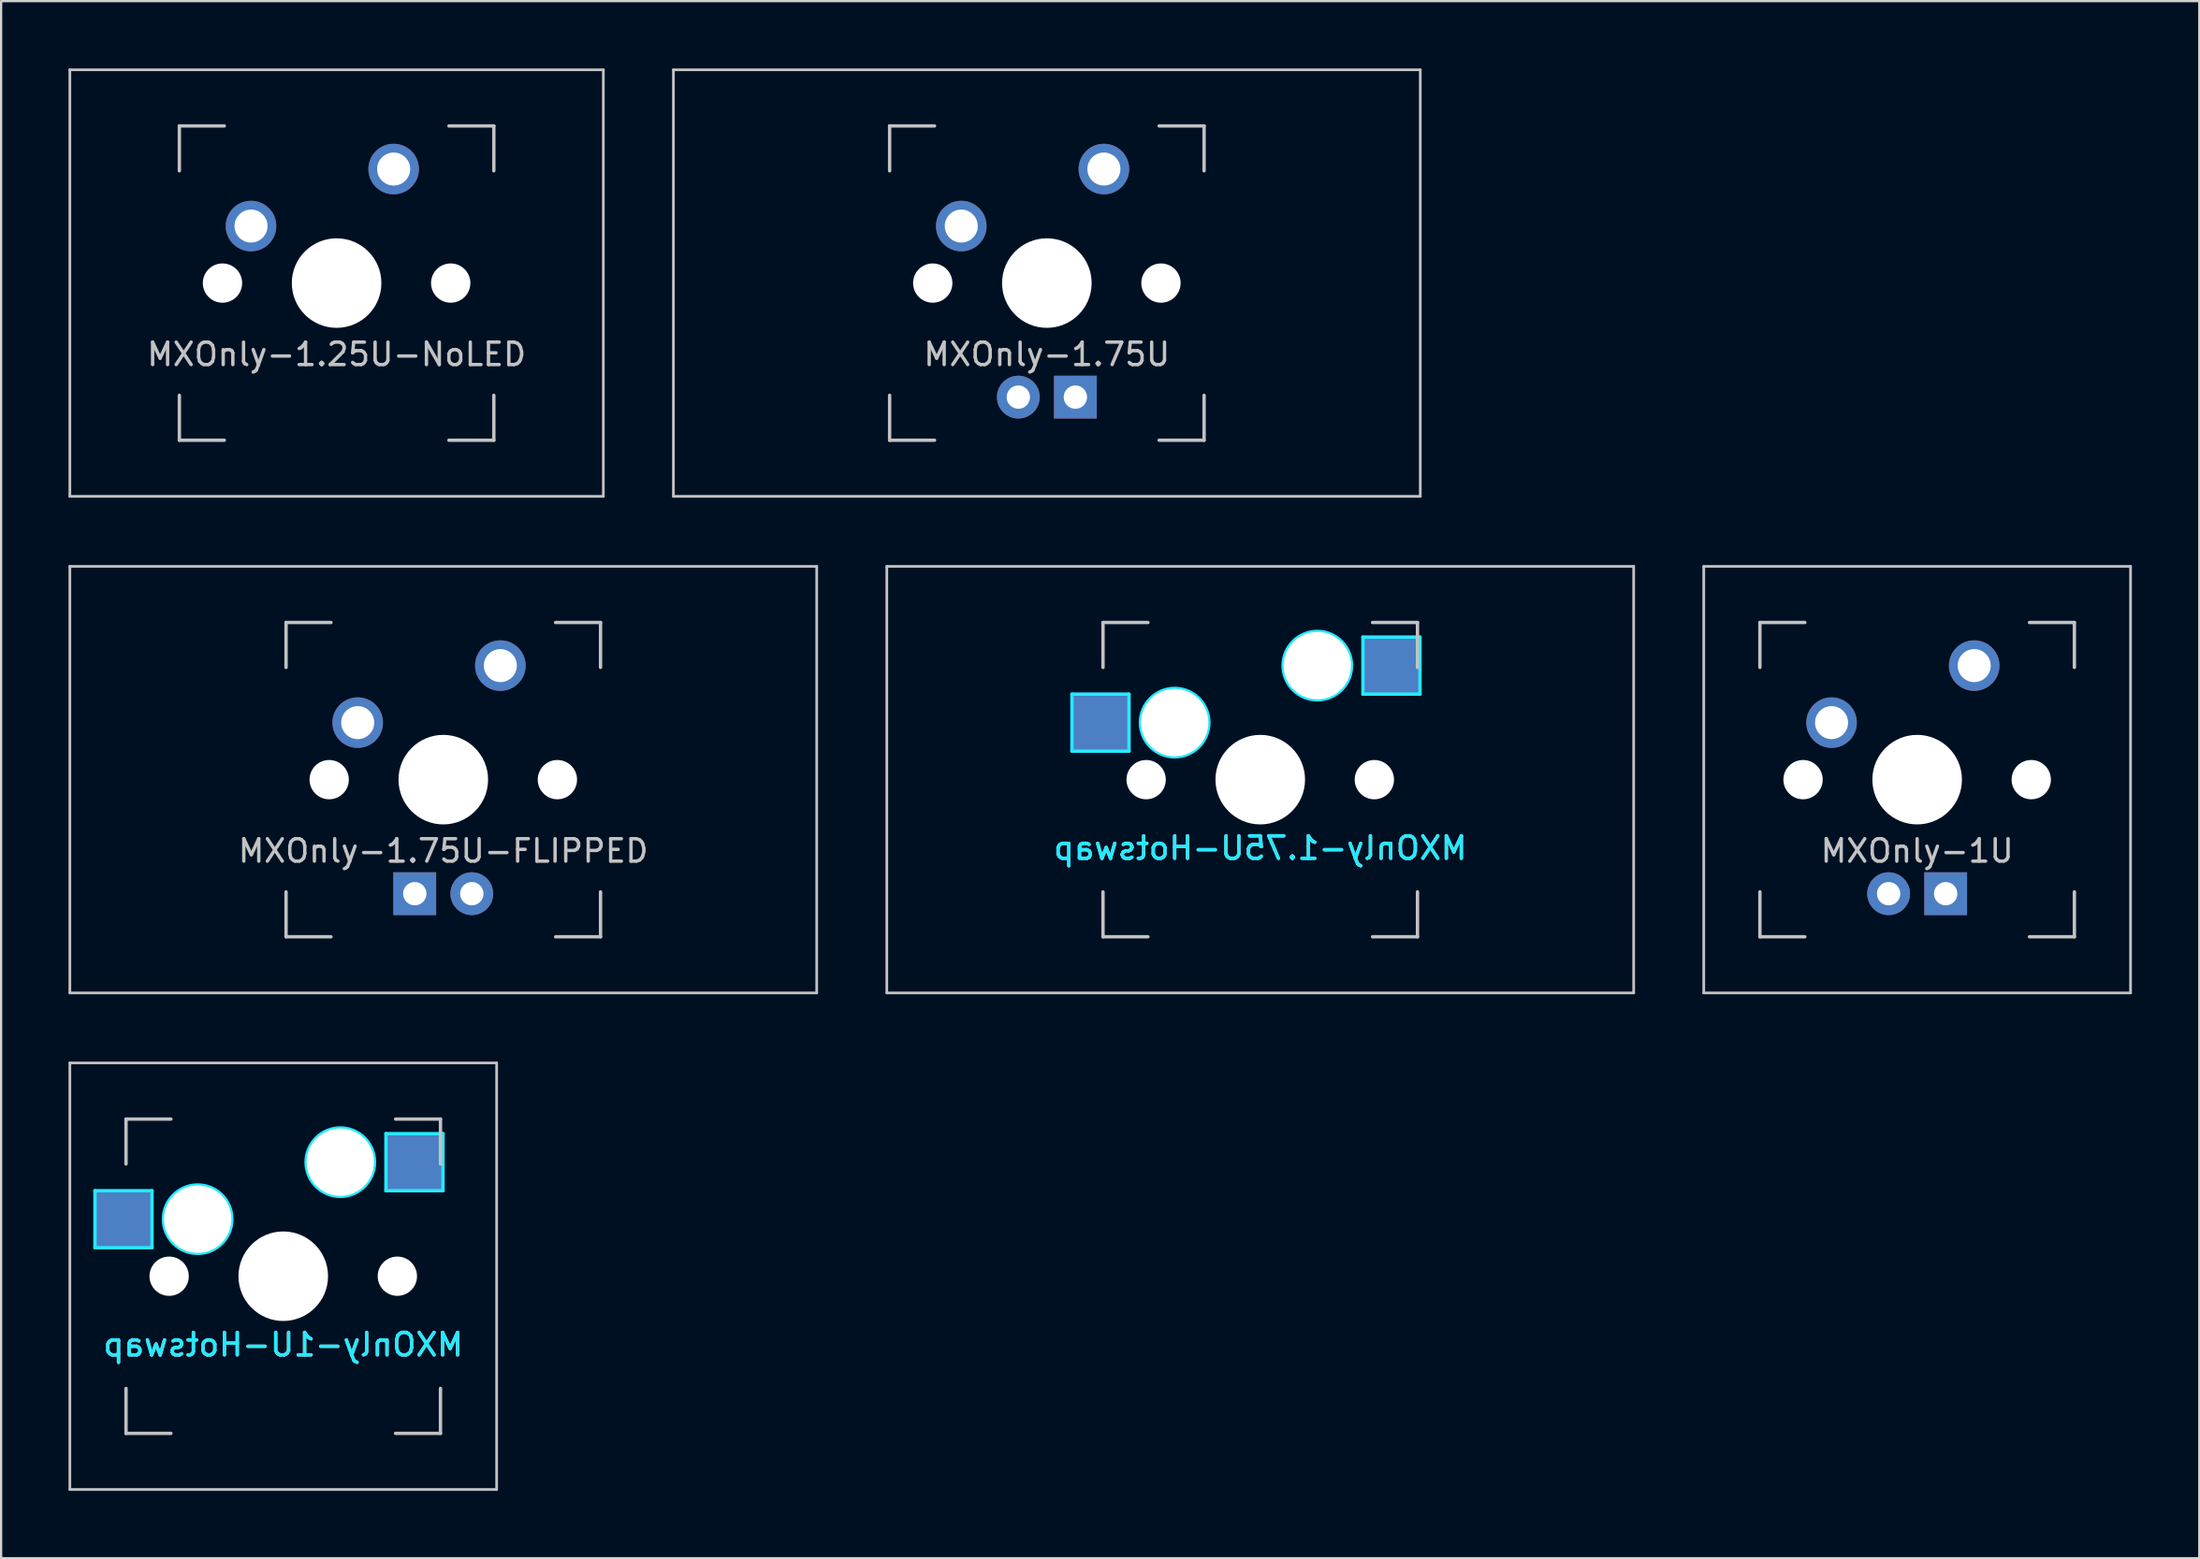
<source format=kicad_pcb>
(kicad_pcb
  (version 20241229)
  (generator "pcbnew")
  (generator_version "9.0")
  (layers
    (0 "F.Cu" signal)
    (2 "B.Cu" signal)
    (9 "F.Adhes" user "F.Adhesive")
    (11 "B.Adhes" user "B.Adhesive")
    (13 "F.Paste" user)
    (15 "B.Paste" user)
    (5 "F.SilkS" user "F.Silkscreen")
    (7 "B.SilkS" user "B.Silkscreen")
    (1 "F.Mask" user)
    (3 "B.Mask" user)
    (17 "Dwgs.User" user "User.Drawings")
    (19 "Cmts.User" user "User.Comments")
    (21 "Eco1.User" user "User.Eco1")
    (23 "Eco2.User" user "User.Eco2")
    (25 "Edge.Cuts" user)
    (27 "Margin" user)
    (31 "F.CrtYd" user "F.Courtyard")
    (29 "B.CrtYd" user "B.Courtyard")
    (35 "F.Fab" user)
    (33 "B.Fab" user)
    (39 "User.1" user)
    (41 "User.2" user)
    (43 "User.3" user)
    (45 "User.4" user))
  (footprint "MXOnly-1.75U-FLIPPED"
    (layer "F.Cu")
    (at 16.685 31.68)
    (property "Reference" "MXOnly-1.75U-FLIPPED" (at 0 3.175 0) (layer "Dwgs.User") (effects (font (size 1 1) (thickness 0.15))))
    (attr through_hole)
    (fp_line (start -16.625 -9.5) (end -16.625 9.5) (stroke (width 0.12) (type solid)) (layer "Dwgs.User"))
    (fp_line (start -16.625 9.5) (end 16.625 9.5) (stroke (width 0.12) (type solid)) (layer "Dwgs.User"))
    (fp_line (start -7 -7) (end -7 -5) (stroke (width 0.15) (type solid)) (layer "Dwgs.User"))
    (fp_line (start -7 5) (end -7 7) (stroke (width 0.15) (type solid)) (layer "Dwgs.User"))
    (fp_line (start -7 7) (end -5 7) (stroke (width 0.15) (type solid)) (layer "Dwgs.User"))
    (fp_line (start -5 -7) (end -7 -7) (stroke (width 0.15) (type solid)) (layer "Dwgs.User"))
    (fp_line (start 5 -7) (end 7 -7) (stroke (width 0.15) (type solid)) (layer "Dwgs.User"))
    (fp_line (start 5 7) (end 7 7) (stroke (width 0.15) (type solid)) (layer "Dwgs.User"))
    (fp_line (start 7 -7) (end 7 -5) (stroke (width 0.15) (type solid)) (layer "Dwgs.User"))
    (fp_line (start 7 7) (end 7 5) (stroke (width 0.15) (type solid)) (layer "Dwgs.User"))
    (fp_line (start 16.625 -9.5) (end -16.625 -9.5) (stroke (width 0.12) (type solid)) (layer "Dwgs.User"))
    (fp_line (start 16.625 9.5) (end 16.625 -9.5) (stroke (width 0.12) (type solid)) (layer "Dwgs.User"))
    (pad "" np_thru_hole circle (at -5.08 0 48.1) (size 1.75 1.75) (drill 1.75) (layers "*.Cu" "*.Mask"))
    (pad "" np_thru_hole circle (at 0 0) (size 3.988 3.988) (drill 3.988) (layers "*.Cu" "*.Mask"))
    (pad "" np_thru_hole circle (at 5.08 0 48.1) (size 1.75 1.75) (drill 1.75) (layers "*.Cu" "*.Mask"))
    (pad "1" thru_hole circle (at -3.81 -2.54) (size 2.25 2.25) (drill 1.47) (layers "*.Cu" "B.Mask"))
    (pad "2" thru_hole circle (at 2.54 -5.08) (size 2.25 2.25) (drill 1.47) (layers "*.Cu" "B.Mask"))
    (pad "3" thru_hole circle (at 1.27 5.08) (size 1.905 1.905) (drill 1.04) (layers "*.Cu" "B.Mask"))
    (pad "4" thru_hole rect (at -1.27 5.08) (size 1.905 1.905) (drill 1.04) (layers "*.Cu" "B.Mask")))
  (footprint "MXOnly-1U-Hotswap"
    (layer "F.Cu")
    (at 9.56 53.8)
    (property "Reference" "MXOnly-1U-Hotswap" (at 0 3.048 0) (layer "B.CrtYd") (effects (font (size 1 1) (thickness 0.15)) (justify mirror)))
    (attr smd)
    (fp_line (start -9.5 -9.5) (end -9.5 9.5) (stroke (width 0.12) (type solid)) (layer "Dwgs.User"))
    (fp_line (start -9.5 9.5) (end 9.5 9.5) (stroke (width 0.12) (type solid)) (layer "Dwgs.User"))
    (fp_line (start -7 -7) (end -7 -5) (stroke (width 0.15) (type solid)) (layer "Dwgs.User"))
    (fp_line (start -7 5) (end -7 7) (stroke (width 0.15) (type solid)) (layer "Dwgs.User"))
    (fp_line (start -7 7) (end -5 7) (stroke (width 0.15) (type solid)) (layer "Dwgs.User"))
    (fp_line (start -5 -7) (end -7 -7) (stroke (width 0.15) (type solid)) (layer "Dwgs.User"))
    (fp_line (start 5 -7) (end 7 -7) (stroke (width 0.15) (type solid)) (layer "Dwgs.User"))
    (fp_line (start 5 7) (end 7 7) (stroke (width 0.15) (type solid)) (layer "Dwgs.User"))
    (fp_line (start 7 -7) (end 7 -5) (stroke (width 0.15) (type solid)) (layer "Dwgs.User"))
    (fp_line (start 7 7) (end 7 5) (stroke (width 0.15) (type solid)) (layer "Dwgs.User"))
    (fp_line (start 9.5 -9.5) (end -9.5 -9.5) (stroke (width 0.12) (type solid)) (layer "Dwgs.User"))
    (fp_line (start 9.5 9.5) (end 9.5 -9.5) (stroke (width 0.12) (type solid)) (layer "Dwgs.User"))
    (fp_line (start -8.382 -3.81) (end -8.382 -1.27) (stroke (width 0.15) (type solid)) (layer "B.CrtYd"))
    (fp_line (start -8.382 -1.27) (end -5.842 -1.27) (stroke (width 0.15) (type solid)) (layer "B.CrtYd"))
    (fp_line (start -5.842 -3.81) (end -8.382 -3.81) (stroke (width 0.15) (type solid)) (layer "B.CrtYd"))
    (fp_line (start -5.842 -1.27) (end -5.842 -3.81) (stroke (width 0.15) (type solid)) (layer "B.CrtYd"))
    (fp_line (start 4.572 -6.35) (end 7.112 -6.35) (stroke (width 0.15) (type solid)) (layer "B.CrtYd"))
    (fp_line (start 4.572 -3.81) (end 4.572 -6.35) (stroke (width 0.15) (type solid)) (layer "B.CrtYd"))
    (fp_line (start 7.112 -6.35) (end 7.112 -3.81) (stroke (width 0.15) (type solid)) (layer "B.CrtYd"))
    (fp_line (start 7.112 -3.81) (end 4.572 -3.81) (stroke (width 0.15) (type solid)) (layer "B.CrtYd"))
    (fp_circle (center -3.81 -2.54) (end -3.81 -4.064) (stroke (width 0.15) (type solid)) (fill no) (layer "B.CrtYd"))
    (fp_circle (center 2.54 -5.08) (end 2.54 -6.604) (stroke (width 0.15) (type solid)) (fill no) (layer "B.CrtYd"))
    (fp_text user "${REFERENCE}" (at 0 3.048 0) (layer "B.SilkS") (effects (font (size 1 1) (thickness 0.15)) (justify mirror)))
    (pad "" np_thru_hole circle (at -5.08 0 48.1) (size 1.75 1.75) (drill 1.75) (layers "*.Cu" "*.Mask"))
    (pad "" np_thru_hole circle (at -3.81 -2.54) (size 3 3) (drill 3) (layers "*.Cu" "*.Mask"))
    (pad "" np_thru_hole circle (at 0 0) (size 3.988 3.988) (drill 3.988) (layers "*.Cu" "*.Mask"))
    (pad "" np_thru_hole circle (at 2.54 -5.08) (size 3 3) (drill 3) (layers "*.Cu" "*.Mask"))
    (pad "" np_thru_hole circle (at 5.08 0 48.1) (size 1.75 1.75) (drill 1.75) (layers "*.Cu" "*.Mask"))
    (pad "1" smd rect (at -7.085 -2.54) (size 2.55 2.5) (layers "B.Cu" "B.Mask" "B.Paste"))
    (pad "2" smd rect (at 5.842 -5.08) (size 2.55 2.5) (layers "B.Cu" "B.Mask" "B.Paste")))
  (footprint "MXOnly-1.25U-NoLED"
    (layer "F.Cu")
    (at 11.935 9.56)
    (property "Reference" "MXOnly-1.25U-NoLED" (at 0 3.175 0) (layer "Dwgs.User") (effects (font (size 1 1) (thickness 0.15))))
    (attr through_hole)
    (fp_line (start -11.875 -9.5) (end -11.875 9.5) (stroke (width 0.12) (type solid)) (layer "Dwgs.User"))
    (fp_line (start -11.875 9.5) (end 11.875 9.5) (stroke (width 0.12) (type solid)) (layer "Dwgs.User"))
    (fp_line (start -7 -7) (end -7 -5) (stroke (width 0.15) (type solid)) (layer "Dwgs.User"))
    (fp_line (start -7 5) (end -7 7) (stroke (width 0.15) (type solid)) (layer "Dwgs.User"))
    (fp_line (start -7 7) (end -5 7) (stroke (width 0.15) (type solid)) (layer "Dwgs.User"))
    (fp_line (start -5 -7) (end -7 -7) (stroke (width 0.15) (type solid)) (layer "Dwgs.User"))
    (fp_line (start 5 -7) (end 7 -7) (stroke (width 0.15) (type solid)) (layer "Dwgs.User"))
    (fp_line (start 5 7) (end 7 7) (stroke (width 0.15) (type solid)) (layer "Dwgs.User"))
    (fp_line (start 7 -7) (end 7 -5) (stroke (width 0.15) (type solid)) (layer "Dwgs.User"))
    (fp_line (start 7 7) (end 7 5) (stroke (width 0.15) (type solid)) (layer "Dwgs.User"))
    (fp_line (start 11.875 -9.5) (end -11.875 -9.5) (stroke (width 0.12) (type solid)) (layer "Dwgs.User"))
    (fp_line (start 11.875 9.5) (end 11.875 -9.5) (stroke (width 0.12) (type solid)) (layer "Dwgs.User"))
    (pad "" np_thru_hole circle (at -5.08 0 48.1) (size 1.75 1.75) (drill 1.75) (layers "*.Cu" "*.Mask"))
    (pad "" np_thru_hole circle (at 0 0) (size 3.988 3.988) (drill 3.988) (layers "*.Cu" "*.Mask"))
    (pad "" np_thru_hole circle (at 5.08 0 48.1) (size 1.75 1.75) (drill 1.75) (layers "*.Cu" "*.Mask"))
    (pad "1" thru_hole circle (at -3.81 -2.54) (size 2.25 2.25) (drill 1.47) (layers "*.Cu" "B.Mask"))
    (pad "2" thru_hole circle (at 2.54 -5.08) (size 2.25 2.25) (drill 1.47) (layers "*.Cu" "B.Mask")))
  (footprint "MXOnly-1.75U-Hotswap"
    (layer "F.Cu")
    (at 53.055 31.68)
    (property "Reference" "MXOnly-1.75U-Hotswap" (at 0 3.048 0) (layer "B.CrtYd") (effects (font (size 1 1) (thickness 0.15)) (justify mirror)))
    (attr smd)
    (fp_line (start -16.625 -9.5) (end -16.625 9.5) (stroke (width 0.12) (type solid)) (layer "Dwgs.User"))
    (fp_line (start -16.625 9.5) (end 16.625 9.5) (stroke (width 0.12) (type solid)) (layer "Dwgs.User"))
    (fp_line (start -7 -7) (end -7 -5) (stroke (width 0.15) (type solid)) (layer "Dwgs.User"))
    (fp_line (start -7 5) (end -7 7) (stroke (width 0.15) (type solid)) (layer "Dwgs.User"))
    (fp_line (start -7 7) (end -5 7) (stroke (width 0.15) (type solid)) (layer "Dwgs.User"))
    (fp_line (start -5 -7) (end -7 -7) (stroke (width 0.15) (type solid)) (layer "Dwgs.User"))
    (fp_line (start 5 -7) (end 7 -7) (stroke (width 0.15) (type solid)) (layer "Dwgs.User"))
    (fp_line (start 5 7) (end 7 7) (stroke (width 0.15) (type solid)) (layer "Dwgs.User"))
    (fp_line (start 7 -7) (end 7 -5) (stroke (width 0.15) (type solid)) (layer "Dwgs.User"))
    (fp_line (start 7 7) (end 7 5) (stroke (width 0.15) (type solid)) (layer "Dwgs.User"))
    (fp_line (start 16.625 -9.5) (end -16.625 -9.5) (stroke (width 0.12) (type solid)) (layer "Dwgs.User"))
    (fp_line (start 16.625 9.5) (end 16.625 -9.5) (stroke (width 0.12) (type solid)) (layer "Dwgs.User"))
    (fp_line (start -8.382 -3.81) (end -5.842 -3.81) (stroke (width 0.15) (type solid)) (layer "B.CrtYd"))
    (fp_line (start -8.382 -1.27) (end -8.382 -3.81) (stroke (width 0.15) (type solid)) (layer "B.CrtYd"))
    (fp_line (start -5.842 -3.81) (end -5.842 -1.27) (stroke (width 0.15) (type solid)) (layer "B.CrtYd"))
    (fp_line (start -5.842 -1.27) (end -8.382 -1.27) (stroke (width 0.15) (type solid)) (layer "B.CrtYd"))
    (fp_line (start 4.572 -6.35) (end 7.112 -6.35) (stroke (width 0.15) (type solid)) (layer "B.CrtYd"))
    (fp_line (start 4.572 -3.81) (end 4.572 -6.35) (stroke (width 0.15) (type solid)) (layer "B.CrtYd"))
    (fp_line (start 7.112 -6.35) (end 7.112 -3.81) (stroke (width 0.15) (type solid)) (layer "B.CrtYd"))
    (fp_line (start 7.112 -3.81) (end 4.572 -3.81) (stroke (width 0.15) (type solid)) (layer "B.CrtYd"))
    (fp_circle (center -3.81 -2.54) (end -3.81 -4.064) (stroke (width 0.15) (type solid)) (fill no) (layer "B.CrtYd"))
    (fp_circle (center 2.54 -5.08) (end 2.54 -6.604) (stroke (width 0.15) (type solid)) (fill no) (layer "B.CrtYd"))
    (fp_text user "${REFERENCE}" (at 0 3.048 0) (layer "B.SilkS") (effects (font (size 1 1) (thickness 0.15)) (justify mirror)))
    (pad "" np_thru_hole circle (at -5.08 0 48.1) (size 1.75 1.75) (drill 1.75) (layers "*.Cu" "*.Mask"))
    (pad "" np_thru_hole circle (at -3.81 -2.54) (size 3 3) (drill 3) (layers "*.Cu" "*.Mask"))
    (pad "" np_thru_hole circle (at 0 0) (size 3.988 3.988) (drill 3.988) (layers "*.Cu" "*.Mask"))
    (pad "" np_thru_hole circle (at 2.54 -5.08) (size 3 3) (drill 3) (layers "*.Cu" "*.Mask"))
    (pad "" np_thru_hole circle (at 5.08 0 48.1) (size 1.75 1.75) (drill 1.75) (layers "*.Cu" "*.Mask"))
    (pad "1" smd rect (at -7.085 -2.54) (size 2.55 2.5) (layers "B.Cu" "B.Mask" "B.Paste"))
    (pad "2" smd rect (at 5.842 -5.08) (size 2.55 2.5) (layers "B.Cu" "B.Mask" "B.Paste")))
  (footprint "MXOnly-1.75U"
    (layer "F.Cu")
    (at 43.555 9.56)
    (property "Reference" "MXOnly-1.75U" (at 0 3.175 0) (layer "Dwgs.User") (effects (font (size 1 1) (thickness 0.15))))
    (attr through_hole)
    (fp_line (start -16.625 -9.5) (end -16.625 9.5) (stroke (width 0.12) (type solid)) (layer "Dwgs.User"))
    (fp_line (start -16.625 9.5) (end 16.625 9.5) (stroke (width 0.12) (type solid)) (layer "Dwgs.User"))
    (fp_line (start -7 -7) (end -7 -5) (stroke (width 0.15) (type solid)) (layer "Dwgs.User"))
    (fp_line (start -7 5) (end -7 7) (stroke (width 0.15) (type solid)) (layer "Dwgs.User"))
    (fp_line (start -7 7) (end -5 7) (stroke (width 0.15) (type solid)) (layer "Dwgs.User"))
    (fp_line (start -5 -7) (end -7 -7) (stroke (width 0.15) (type solid)) (layer "Dwgs.User"))
    (fp_line (start 5 -7) (end 7 -7) (stroke (width 0.15) (type solid)) (layer "Dwgs.User"))
    (fp_line (start 5 7) (end 7 7) (stroke (width 0.15) (type solid)) (layer "Dwgs.User"))
    (fp_line (start 7 -7) (end 7 -5) (stroke (width 0.15) (type solid)) (layer "Dwgs.User"))
    (fp_line (start 7 7) (end 7 5) (stroke (width 0.15) (type solid)) (layer "Dwgs.User"))
    (fp_line (start 16.625 -9.5) (end -16.625 -9.5) (stroke (width 0.12) (type solid)) (layer "Dwgs.User"))
    (fp_line (start 16.625 9.5) (end 16.625 -9.5) (stroke (width 0.12) (type solid)) (layer "Dwgs.User"))
    (pad "" np_thru_hole circle (at -5.08 0 48.1) (size 1.75 1.75) (drill 1.75) (layers "*.Cu" "*.Mask"))
    (pad "" np_thru_hole circle (at 0 0) (size 3.988 3.988) (drill 3.988) (layers "*.Cu" "*.Mask"))
    (pad "" np_thru_hole circle (at 5.08 0 48.1) (size 1.75 1.75) (drill 1.75) (layers "*.Cu" "*.Mask"))
    (pad "1" thru_hole circle (at -3.81 -2.54) (size 2.25 2.25) (drill 1.47) (layers "*.Cu" "B.Mask"))
    (pad "2" thru_hole circle (at 2.54 -5.08) (size 2.25 2.25) (drill 1.47) (layers "*.Cu" "B.Mask"))
    (pad "3" thru_hole circle (at -1.27 5.08) (size 1.905 1.905) (drill 1.04) (layers "*.Cu" "B.Mask"))
    (pad "4" thru_hole rect (at 1.27 5.08) (size 1.905 1.905) (drill 1.04) (layers "*.Cu" "B.Mask")))
  (footprint "MXOnly-1U"
    (layer "F.Cu")
    (at 82.3 31.68)
    (property "Reference" "MXOnly-1U" (at 0 3.175 0) (layer "Dwgs.User") (effects (font (size 1 1) (thickness 0.15))))
    (attr through_hole)
    (fp_line (start -9.5 -9.5) (end -9.5 9.5) (stroke (width 0.12) (type solid)) (layer "Dwgs.User"))
    (fp_line (start -9.5 9.5) (end 9.5 9.5) (stroke (width 0.12) (type solid)) (layer "Dwgs.User"))
    (fp_line (start -7 -7) (end -7 -5) (stroke (width 0.15) (type solid)) (layer "Dwgs.User"))
    (fp_line (start -7 5) (end -7 7) (stroke (width 0.15) (type solid)) (layer "Dwgs.User"))
    (fp_line (start -7 7) (end -5 7) (stroke (width 0.15) (type solid)) (layer "Dwgs.User"))
    (fp_line (start -5 -7) (end -7 -7) (stroke (width 0.15) (type solid)) (layer "Dwgs.User"))
    (fp_line (start 5 -7) (end 7 -7) (stroke (width 0.15) (type solid)) (layer "Dwgs.User"))
    (fp_line (start 5 7) (end 7 7) (stroke (width 0.15) (type solid)) (layer "Dwgs.User"))
    (fp_line (start 7 -7) (end 7 -5) (stroke (width 0.15) (type solid)) (layer "Dwgs.User"))
    (fp_line (start 7 7) (end 7 5) (stroke (width 0.15) (type solid)) (layer "Dwgs.User"))
    (fp_line (start 9.5 -9.5) (end -9.5 -9.5) (stroke (width 0.12) (type solid)) (layer "Dwgs.User"))
    (fp_line (start 9.5 9.5) (end 9.5 -9.5) (stroke (width 0.12) (type solid)) (layer "Dwgs.User"))
    (pad "" np_thru_hole circle (at -5.08 0 48.1) (size 1.75 1.75) (drill 1.75) (layers "*.Cu" "*.Mask"))
    (pad "" np_thru_hole circle (at 0 0) (size 3.988 3.988) (drill 3.988) (layers "*.Cu" "*.Mask"))
    (pad "" np_thru_hole circle (at 5.08 0 48.1) (size 1.75 1.75) (drill 1.75) (layers "*.Cu" "*.Mask"))
    (pad "1" thru_hole circle (at -3.81 -2.54) (size 2.25 2.25) (drill 1.47) (layers "*.Cu" "B.Mask"))
    (pad "2" thru_hole circle (at 2.54 -5.08) (size 2.25 2.25) (drill 1.47) (layers "*.Cu" "B.Mask"))
    (pad "3" thru_hole circle (at -1.27 5.08) (size 1.905 1.905) (drill 1.04) (layers "*.Cu" "B.Mask"))
    (pad "4" thru_hole rect (at 1.27 5.08) (size 1.905 1.905) (drill 1.04) (layers "*.Cu" "B.Mask")))
  (gr_rect
    (start -3 -3)
    (end 94.86 66.36)
    (stroke (width 0.1) (type default))
    (fill no)
    (layer "Edge.Cuts")))
</source>
